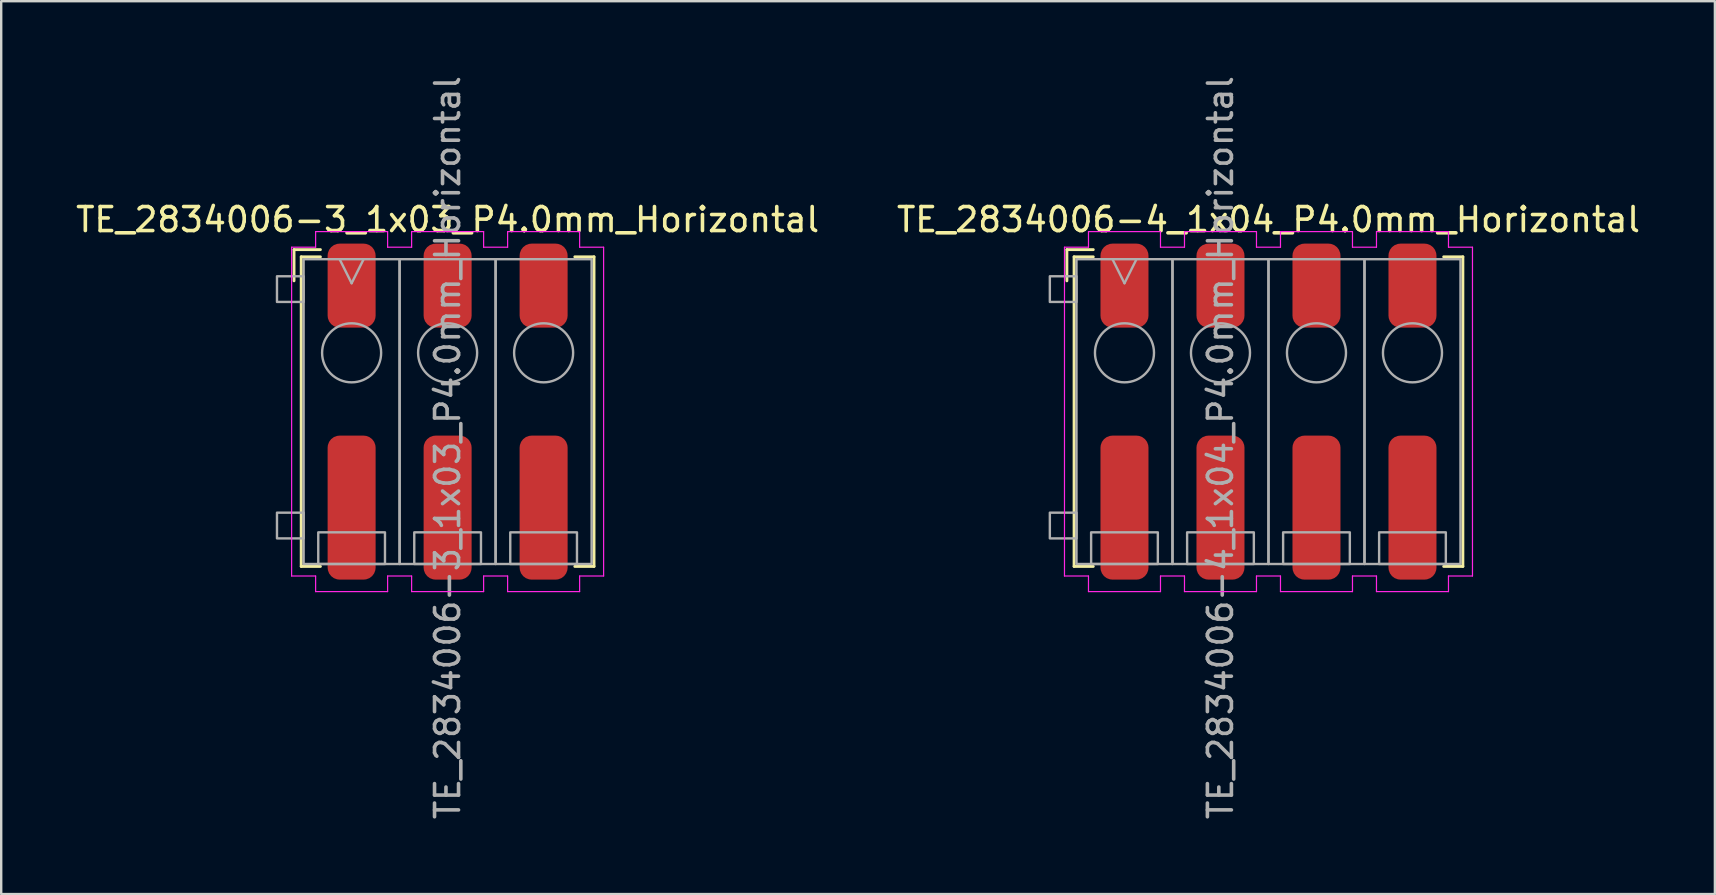
<source format=kicad_pcb>
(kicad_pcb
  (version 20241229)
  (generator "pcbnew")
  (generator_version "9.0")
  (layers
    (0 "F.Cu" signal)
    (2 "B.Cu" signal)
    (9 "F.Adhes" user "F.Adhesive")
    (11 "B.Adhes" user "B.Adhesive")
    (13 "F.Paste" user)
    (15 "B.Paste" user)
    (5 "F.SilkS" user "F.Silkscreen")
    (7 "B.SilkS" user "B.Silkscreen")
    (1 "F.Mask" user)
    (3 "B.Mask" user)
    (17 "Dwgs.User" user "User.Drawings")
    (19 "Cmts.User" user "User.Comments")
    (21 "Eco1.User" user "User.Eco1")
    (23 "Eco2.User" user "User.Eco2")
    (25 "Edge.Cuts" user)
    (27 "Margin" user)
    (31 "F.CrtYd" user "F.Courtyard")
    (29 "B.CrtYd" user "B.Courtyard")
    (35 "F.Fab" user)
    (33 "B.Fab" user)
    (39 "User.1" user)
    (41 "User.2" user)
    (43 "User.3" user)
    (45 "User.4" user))
  (footprint "TE_2834006-3_1x03_P4.0mm_Horizontal"
    (layer "F.Cu")
    (at 15.601 14.101)
    (property "Reference" "TE_2834006-3_1x03_P4.0mm_Horizontal" (at 0 -8 0) (unlocked yes) (layer "F.SilkS") (effects (font (size 1 1) (thickness 0.15))))
    (attr smd)
    (fp_line (start -6.4 -6.75) (end -6.4 -5.45) (stroke (width 0.12) (type solid)) (layer "F.SilkS"))
    (fp_line (start -6.1 -6.45) (end -5.3 -6.45) (stroke (width 0.12) (type solid)) (layer "F.SilkS"))
    (fp_line (start -6.1 6.45) (end -6.1 -6.45) (stroke (width 0.12) (type solid)) (layer "F.SilkS"))
    (fp_line (start -6.1 6.45) (end -5.3 6.45) (stroke (width 0.12) (type solid)) (layer "F.SilkS"))
    (fp_line (start -5.3 -6.75) (end -6.4 -6.75) (stroke (width 0.12) (type solid)) (layer "F.SilkS"))
    (fp_line (start 6.1 -6.45) (end 5.3 -6.45) (stroke (width 0.12) (type solid)) (layer "F.SilkS"))
    (fp_line (start 6.1 -6.45) (end 6.1 6.45) (stroke (width 0.12) (type solid)) (layer "F.SilkS"))
    (fp_line (start 6.1 6.45) (end 5.3 6.45) (stroke (width 0.12) (type solid)) (layer "F.SilkS"))
    (fp_line (start -6.5 -6.85) (end -6.5 6.85) (stroke (width 0.05) (type solid)) (layer "F.CrtYd"))
    (fp_line (start -6.5 -6.85) (end -5.5 -6.85) (stroke (width 0.05) (type solid)) (layer "F.CrtYd"))
    (fp_line (start -5.5 -7.5) (end -2.5 -7.5) (stroke (width 0.05) (type solid)) (layer "F.CrtYd"))
    (fp_line (start -5.5 -6.85) (end -5.5 -7.5) (stroke (width 0.05) (type solid)) (layer "F.CrtYd"))
    (fp_line (start -5.5 6.85) (end -6.5 6.85) (stroke (width 0.05) (type solid)) (layer "F.CrtYd"))
    (fp_line (start -5.5 7.5) (end -5.5 6.85) (stroke (width 0.05) (type solid)) (layer "F.CrtYd"))
    (fp_line (start -2.5 -7.5) (end -2.5 -6.85) (stroke (width 0.05) (type solid)) (layer "F.CrtYd"))
    (fp_line (start -2.5 -6.85) (end -1.5 -6.85) (stroke (width 0.05) (type solid)) (layer "F.CrtYd"))
    (fp_line (start -2.5 6.85) (end -2.5 7.5) (stroke (width 0.05) (type solid)) (layer "F.CrtYd"))
    (fp_line (start -2.5 7.5) (end -5.5 7.5) (stroke (width 0.05) (type solid)) (layer "F.CrtYd"))
    (fp_line (start -1.5 -7.5) (end 1.5 -7.5) (stroke (width 0.05) (type solid)) (layer "F.CrtYd"))
    (fp_line (start -1.5 -6.85) (end -1.5 -7.5) (stroke (width 0.05) (type solid)) (layer "F.CrtYd"))
    (fp_line (start -1.5 6.85) (end -2.5 6.85) (stroke (width 0.05) (type solid)) (layer "F.CrtYd"))
    (fp_line (start -1.5 7.5) (end -1.5 6.85) (stroke (width 0.05) (type solid)) (layer "F.CrtYd"))
    (fp_line (start 1.5 -7.5) (end 1.5 -6.85) (stroke (width 0.05) (type solid)) (layer "F.CrtYd"))
    (fp_line (start 1.5 -6.85) (end 2.5 -6.85) (stroke (width 0.05) (type solid)) (layer "F.CrtYd"))
    (fp_line (start 1.5 6.85) (end 1.5 7.5) (stroke (width 0.05) (type solid)) (layer "F.CrtYd"))
    (fp_line (start 1.5 7.5) (end -1.5 7.5) (stroke (width 0.05) (type solid)) (layer "F.CrtYd"))
    (fp_line (start 2.5 -7.5) (end 5.5 -7.5) (stroke (width 0.05) (type solid)) (layer "F.CrtYd"))
    (fp_line (start 2.5 -6.85) (end 2.5 -7.5) (stroke (width 0.05) (type solid)) (layer "F.CrtYd"))
    (fp_line (start 2.5 6.85) (end 1.5 6.85) (stroke (width 0.05) (type solid)) (layer "F.CrtYd"))
    (fp_line (start 2.5 7.5) (end 2.5 6.85) (stroke (width 0.05) (type solid)) (layer "F.CrtYd"))
    (fp_line (start 5.5 -7.5) (end 5.5 -6.85) (stroke (width 0.05) (type solid)) (layer "F.CrtYd"))
    (fp_line (start 5.5 -6.85) (end 6.5 -6.85) (stroke (width 0.05) (type solid)) (layer "F.CrtYd"))
    (fp_line (start 5.5 6.85) (end 5.5 7.5) (stroke (width 0.05) (type solid)) (layer "F.CrtYd"))
    (fp_line (start 5.5 7.5) (end 2.5 7.5) (stroke (width 0.05) (type solid)) (layer "F.CrtYd"))
    (fp_line (start 6.5 -6.85) (end 6.5 6.85) (stroke (width 0.05) (type solid)) (layer "F.CrtYd"))
    (fp_line (start 6.5 6.85) (end 5.5 6.85) (stroke (width 0.05) (type solid)) (layer "F.CrtYd"))
    (fp_line (start -4 -5.35) (end -4.5 -6.35) (stroke (width 0.1) (type solid)) (layer "F.Fab"))
    (fp_line (start -3.5 -6.35) (end -4 -5.35) (stroke (width 0.1) (type solid)) (layer "F.Fab"))
    (fp_rect (start -7.11 -5.64) (end -6 -4.569) (stroke (width 0.1) (type solid)) (fill no) (layer "F.Fab"))
    (fp_rect (start -7.11 4.21) (end -6 5.282) (stroke (width 0.1) (type solid)) (fill no) (layer "F.Fab"))
    (fp_rect (start -6 -6.35) (end -2 6.35) (stroke (width 0.1) (type solid)) (fill no) (layer "F.Fab"))
    (fp_rect (start -5.39 5.03) (end -2.61 6.35) (stroke (width 0.1) (type solid)) (fill no) (layer "F.Fab"))
    (fp_rect (start -2 -6.35) (end 2 6.35) (stroke (width 0.1) (type solid)) (fill no) (layer "F.Fab"))
    (fp_rect (start -1.39 5.03) (end 1.39 6.35) (stroke (width 0.1) (type solid)) (fill no) (layer "F.Fab"))
    (fp_rect (start 2 -6.35) (end 6 6.35) (stroke (width 0.1) (type solid)) (fill no) (layer "F.Fab"))
    (fp_rect (start 2.61 5.03) (end 5.39 6.35) (stroke (width 0.1) (type solid)) (fill no) (layer "F.Fab"))
    (fp_circle (center -4 -2.45) (end -2.77 -2.45) (stroke (width 0.1) (type solid)) (fill no) (layer "F.Fab"))
    (fp_circle (center 0 -2.45) (end 1.23 -2.45) (stroke (width 0.1) (type solid)) (fill no) (layer "F.Fab"))
    (fp_circle (center 4 -2.45) (end 5.23 -2.45) (stroke (width 0.1) (type solid)) (fill no) (layer "F.Fab"))
    (fp_text user "${REFERENCE}" (at 0 1.5 90) (unlocked yes) (layer "F.Fab") (effects (font (size 1 1) (thickness 0.15))))
    (pad "1" smd roundrect (at -4 -5.25) (size 2 3.5) (layers "F.Cu" "F.Mask" "F.Paste") (roundrect_rratio 0.25))
    (pad "1" smd roundrect (at -4 4) (size 2 6) (layers "F.Cu" "F.Mask" "F.Paste") (roundrect_rratio 0.25))
    (pad "2" smd roundrect (at 0 -5.25) (size 2 3.5) (layers "F.Cu" "F.Mask" "F.Paste") (roundrect_rratio 0.25))
    (pad "2" smd roundrect (at 0 4) (size 2 6) (layers "F.Cu" "F.Mask" "F.Paste") (roundrect_rratio 0.25))
    (pad "3" smd roundrect (at 4 -5.25) (size 2 3.5) (layers "F.Cu" "F.Mask" "F.Paste") (roundrect_rratio 0.25))
    (pad "3" smd roundrect (at 4 4) (size 2 6) (layers "F.Cu" "F.Mask" "F.Paste") (roundrect_rratio 0.25)))
  (footprint "TE_2834006-4_1x04_P4.0mm_Horizontal"
    (layer "F.Cu")
    (at 49.804 14.101)
    (property "Reference" "TE_2834006-4_1x04_P4.0mm_Horizontal" (at 0 -8 0) (unlocked yes) (layer "F.SilkS") (effects (font (size 1 1) (thickness 0.15))))
    (attr smd)
    (fp_line (start -8.4 -6.75) (end -8.4 -5.45) (stroke (width 0.12) (type solid)) (layer "F.SilkS"))
    (fp_line (start -8.1 -6.45) (end -7.3 -6.45) (stroke (width 0.12) (type solid)) (layer "F.SilkS"))
    (fp_line (start -8.1 6.45) (end -8.1 -6.45) (stroke (width 0.12) (type solid)) (layer "F.SilkS"))
    (fp_line (start -8.1 6.45) (end -7.3 6.45) (stroke (width 0.12) (type solid)) (layer "F.SilkS"))
    (fp_line (start -7.3 -6.75) (end -8.4 -6.75) (stroke (width 0.12) (type solid)) (layer "F.SilkS"))
    (fp_line (start 8.1 -6.45) (end 7.3 -6.45) (stroke (width 0.12) (type solid)) (layer "F.SilkS"))
    (fp_line (start 8.1 -6.45) (end 8.1 6.45) (stroke (width 0.12) (type solid)) (layer "F.SilkS"))
    (fp_line (start 8.1 6.45) (end 7.3 6.45) (stroke (width 0.12) (type solid)) (layer "F.SilkS"))
    (fp_line (start -8.5 -6.85) (end -8.5 6.85) (stroke (width 0.05) (type solid)) (layer "F.CrtYd"))
    (fp_line (start -8.5 -6.85) (end -7.5 -6.85) (stroke (width 0.05) (type solid)) (layer "F.CrtYd"))
    (fp_line (start -7.5 -7.5) (end -4.5 -7.5) (stroke (width 0.05) (type solid)) (layer "F.CrtYd"))
    (fp_line (start -7.5 -6.85) (end -7.5 -7.5) (stroke (width 0.05) (type solid)) (layer "F.CrtYd"))
    (fp_line (start -7.5 6.85) (end -8.5 6.85) (stroke (width 0.05) (type solid)) (layer "F.CrtYd"))
    (fp_line (start -7.5 7.5) (end -7.5 6.85) (stroke (width 0.05) (type solid)) (layer "F.CrtYd"))
    (fp_line (start -4.5 -7.5) (end -4.5 -6.85) (stroke (width 0.05) (type solid)) (layer "F.CrtYd"))
    (fp_line (start -4.5 -6.85) (end -3.5 -6.85) (stroke (width 0.05) (type solid)) (layer "F.CrtYd"))
    (fp_line (start -4.5 6.85) (end -4.5 7.5) (stroke (width 0.05) (type solid)) (layer "F.CrtYd"))
    (fp_line (start -4.5 7.5) (end -7.5 7.5) (stroke (width 0.05) (type solid)) (layer "F.CrtYd"))
    (fp_line (start -3.5 -7.5) (end -0.5 -7.5) (stroke (width 0.05) (type solid)) (layer "F.CrtYd"))
    (fp_line (start -3.5 -6.85) (end -3.5 -7.5) (stroke (width 0.05) (type solid)) (layer "F.CrtYd"))
    (fp_line (start -3.5 6.85) (end -4.5 6.85) (stroke (width 0.05) (type solid)) (layer "F.CrtYd"))
    (fp_line (start -3.5 7.5) (end -3.5 6.85) (stroke (width 0.05) (type solid)) (layer "F.CrtYd"))
    (fp_line (start -0.5 -7.5) (end -0.5 -6.85) (stroke (width 0.05) (type solid)) (layer "F.CrtYd"))
    (fp_line (start -0.5 -6.85) (end 0.5 -6.85) (stroke (width 0.05) (type solid)) (layer "F.CrtYd"))
    (fp_line (start -0.5 6.85) (end -0.5 7.5) (stroke (width 0.05) (type solid)) (layer "F.CrtYd"))
    (fp_line (start -0.5 7.5) (end -3.5 7.5) (stroke (width 0.05) (type solid)) (layer "F.CrtYd"))
    (fp_line (start 0.5 -7.5) (end 3.5 -7.5) (stroke (width 0.05) (type solid)) (layer "F.CrtYd"))
    (fp_line (start 0.5 -6.85) (end 0.5 -7.5) (stroke (width 0.05) (type solid)) (layer "F.CrtYd"))
    (fp_line (start 0.5 6.85) (end -0.5 6.85) (stroke (width 0.05) (type solid)) (layer "F.CrtYd"))
    (fp_line (start 0.5 7.5) (end 0.5 6.85) (stroke (width 0.05) (type solid)) (layer "F.CrtYd"))
    (fp_line (start 3.5 -7.5) (end 3.5 -6.85) (stroke (width 0.05) (type solid)) (layer "F.CrtYd"))
    (fp_line (start 3.5 -6.85) (end 4.5 -6.85) (stroke (width 0.05) (type solid)) (layer "F.CrtYd"))
    (fp_line (start 3.5 6.85) (end 3.5 7.5) (stroke (width 0.05) (type solid)) (layer "F.CrtYd"))
    (fp_line (start 3.5 7.5) (end 0.5 7.5) (stroke (width 0.05) (type solid)) (layer "F.CrtYd"))
    (fp_line (start 4.5 -7.5) (end 7.5 -7.5) (stroke (width 0.05) (type solid)) (layer "F.CrtYd"))
    (fp_line (start 4.5 -6.85) (end 4.5 -7.5) (stroke (width 0.05) (type solid)) (layer "F.CrtYd"))
    (fp_line (start 4.5 6.85) (end 3.5 6.85) (stroke (width 0.05) (type solid)) (layer "F.CrtYd"))
    (fp_line (start 4.5 7.5) (end 4.5 6.85) (stroke (width 0.05) (type solid)) (layer "F.CrtYd"))
    (fp_line (start 7.5 -7.5) (end 7.5 -6.85) (stroke (width 0.05) (type solid)) (layer "F.CrtYd"))
    (fp_line (start 7.5 -6.85) (end 8.5 -6.85) (stroke (width 0.05) (type solid)) (layer "F.CrtYd"))
    (fp_line (start 7.5 6.85) (end 7.5 7.5) (stroke (width 0.05) (type solid)) (layer "F.CrtYd"))
    (fp_line (start 7.5 7.5) (end 4.5 7.5) (stroke (width 0.05) (type solid)) (layer "F.CrtYd"))
    (fp_line (start 8.5 -6.85) (end 8.5 6.85) (stroke (width 0.05) (type solid)) (layer "F.CrtYd"))
    (fp_line (start 8.5 6.85) (end 7.5 6.85) (stroke (width 0.05) (type solid)) (layer "F.CrtYd"))
    (fp_line (start -6 -5.35) (end -6.5 -6.35) (stroke (width 0.1) (type solid)) (layer "F.Fab"))
    (fp_line (start -5.5 -6.35) (end -6 -5.35) (stroke (width 0.1) (type solid)) (layer "F.Fab"))
    (fp_rect (start -9.11 -5.64) (end -8 -4.569) (stroke (width 0.1) (type solid)) (fill no) (layer "F.Fab"))
    (fp_rect (start -9.11 4.21) (end -8 5.282) (stroke (width 0.1) (type solid)) (fill no) (layer "F.Fab"))
    (fp_rect (start -8 -6.35) (end -4 6.35) (stroke (width 0.1) (type solid)) (fill no) (layer "F.Fab"))
    (fp_rect (start -7.39 5.03) (end -4.61 6.35) (stroke (width 0.1) (type solid)) (fill no) (layer "F.Fab"))
    (fp_rect (start -4 -6.35) (end 0 6.35) (stroke (width 0.1) (type solid)) (fill no) (layer "F.Fab"))
    (fp_rect (start -3.39 5.03) (end -0.61 6.35) (stroke (width 0.1) (type solid)) (fill no) (layer "F.Fab"))
    (fp_rect (start 0 -6.35) (end 4 6.35) (stroke (width 0.1) (type solid)) (fill no) (layer "F.Fab"))
    (fp_rect (start 0.61 5.03) (end 3.39 6.35) (stroke (width 0.1) (type solid)) (fill no) (layer "F.Fab"))
    (fp_rect (start 4 -6.35) (end 8 6.35) (stroke (width 0.1) (type solid)) (fill no) (layer "F.Fab"))
    (fp_rect (start 4.61 5.03) (end 7.39 6.35) (stroke (width 0.1) (type solid)) (fill no) (layer "F.Fab"))
    (fp_circle (center -6 -2.45) (end -4.77 -2.45) (stroke (width 0.1) (type solid)) (fill no) (layer "F.Fab"))
    (fp_circle (center -2 -2.45) (end -0.77 -2.45) (stroke (width 0.1) (type solid)) (fill no) (layer "F.Fab"))
    (fp_circle (center 2 -2.45) (end 3.23 -2.45) (stroke (width 0.1) (type solid)) (fill no) (layer "F.Fab"))
    (fp_circle (center 6 -2.45) (end 7.23 -2.45) (stroke (width 0.1) (type solid)) (fill no) (layer "F.Fab"))
    (fp_text user "${REFERENCE}" (at -2 1.5 90) (unlocked yes) (layer "F.Fab") (effects (font (size 1 1) (thickness 0.15))))
    (pad "1" smd roundrect (at -6 -5.25) (size 2 3.5) (layers "F.Cu" "F.Mask" "F.Paste") (roundrect_rratio 0.25))
    (pad "1" smd roundrect (at -6 4) (size 2 6) (layers "F.Cu" "F.Mask" "F.Paste") (roundrect_rratio 0.25))
    (pad "2" smd roundrect (at -2 -5.25) (size 2 3.5) (layers "F.Cu" "F.Mask" "F.Paste") (roundrect_rratio 0.25))
    (pad "2" smd roundrect (at -2 4) (size 2 6) (layers "F.Cu" "F.Mask" "F.Paste") (roundrect_rratio 0.25))
    (pad "3" smd roundrect (at 2 -5.25) (size 2 3.5) (layers "F.Cu" "F.Mask" "F.Paste") (roundrect_rratio 0.25))
    (pad "3" smd roundrect (at 2 4) (size 2 6) (layers "F.Cu" "F.Mask" "F.Paste") (roundrect_rratio 0.25))
    (pad "4" smd roundrect (at 6 -5.25) (size 2 3.5) (layers "F.Cu" "F.Mask" "F.Paste") (roundrect_rratio 0.25))
    (pad "4" smd roundrect (at 6 4) (size 2 6) (layers "F.Cu" "F.Mask" "F.Paste") (roundrect_rratio 0.25)))
  (gr_rect
    (start -3 -3)
    (end 68.405 34.202)
    (stroke (width 0.1) (type default))
    (fill no)
    (layer "Edge.Cuts")))
</source>
